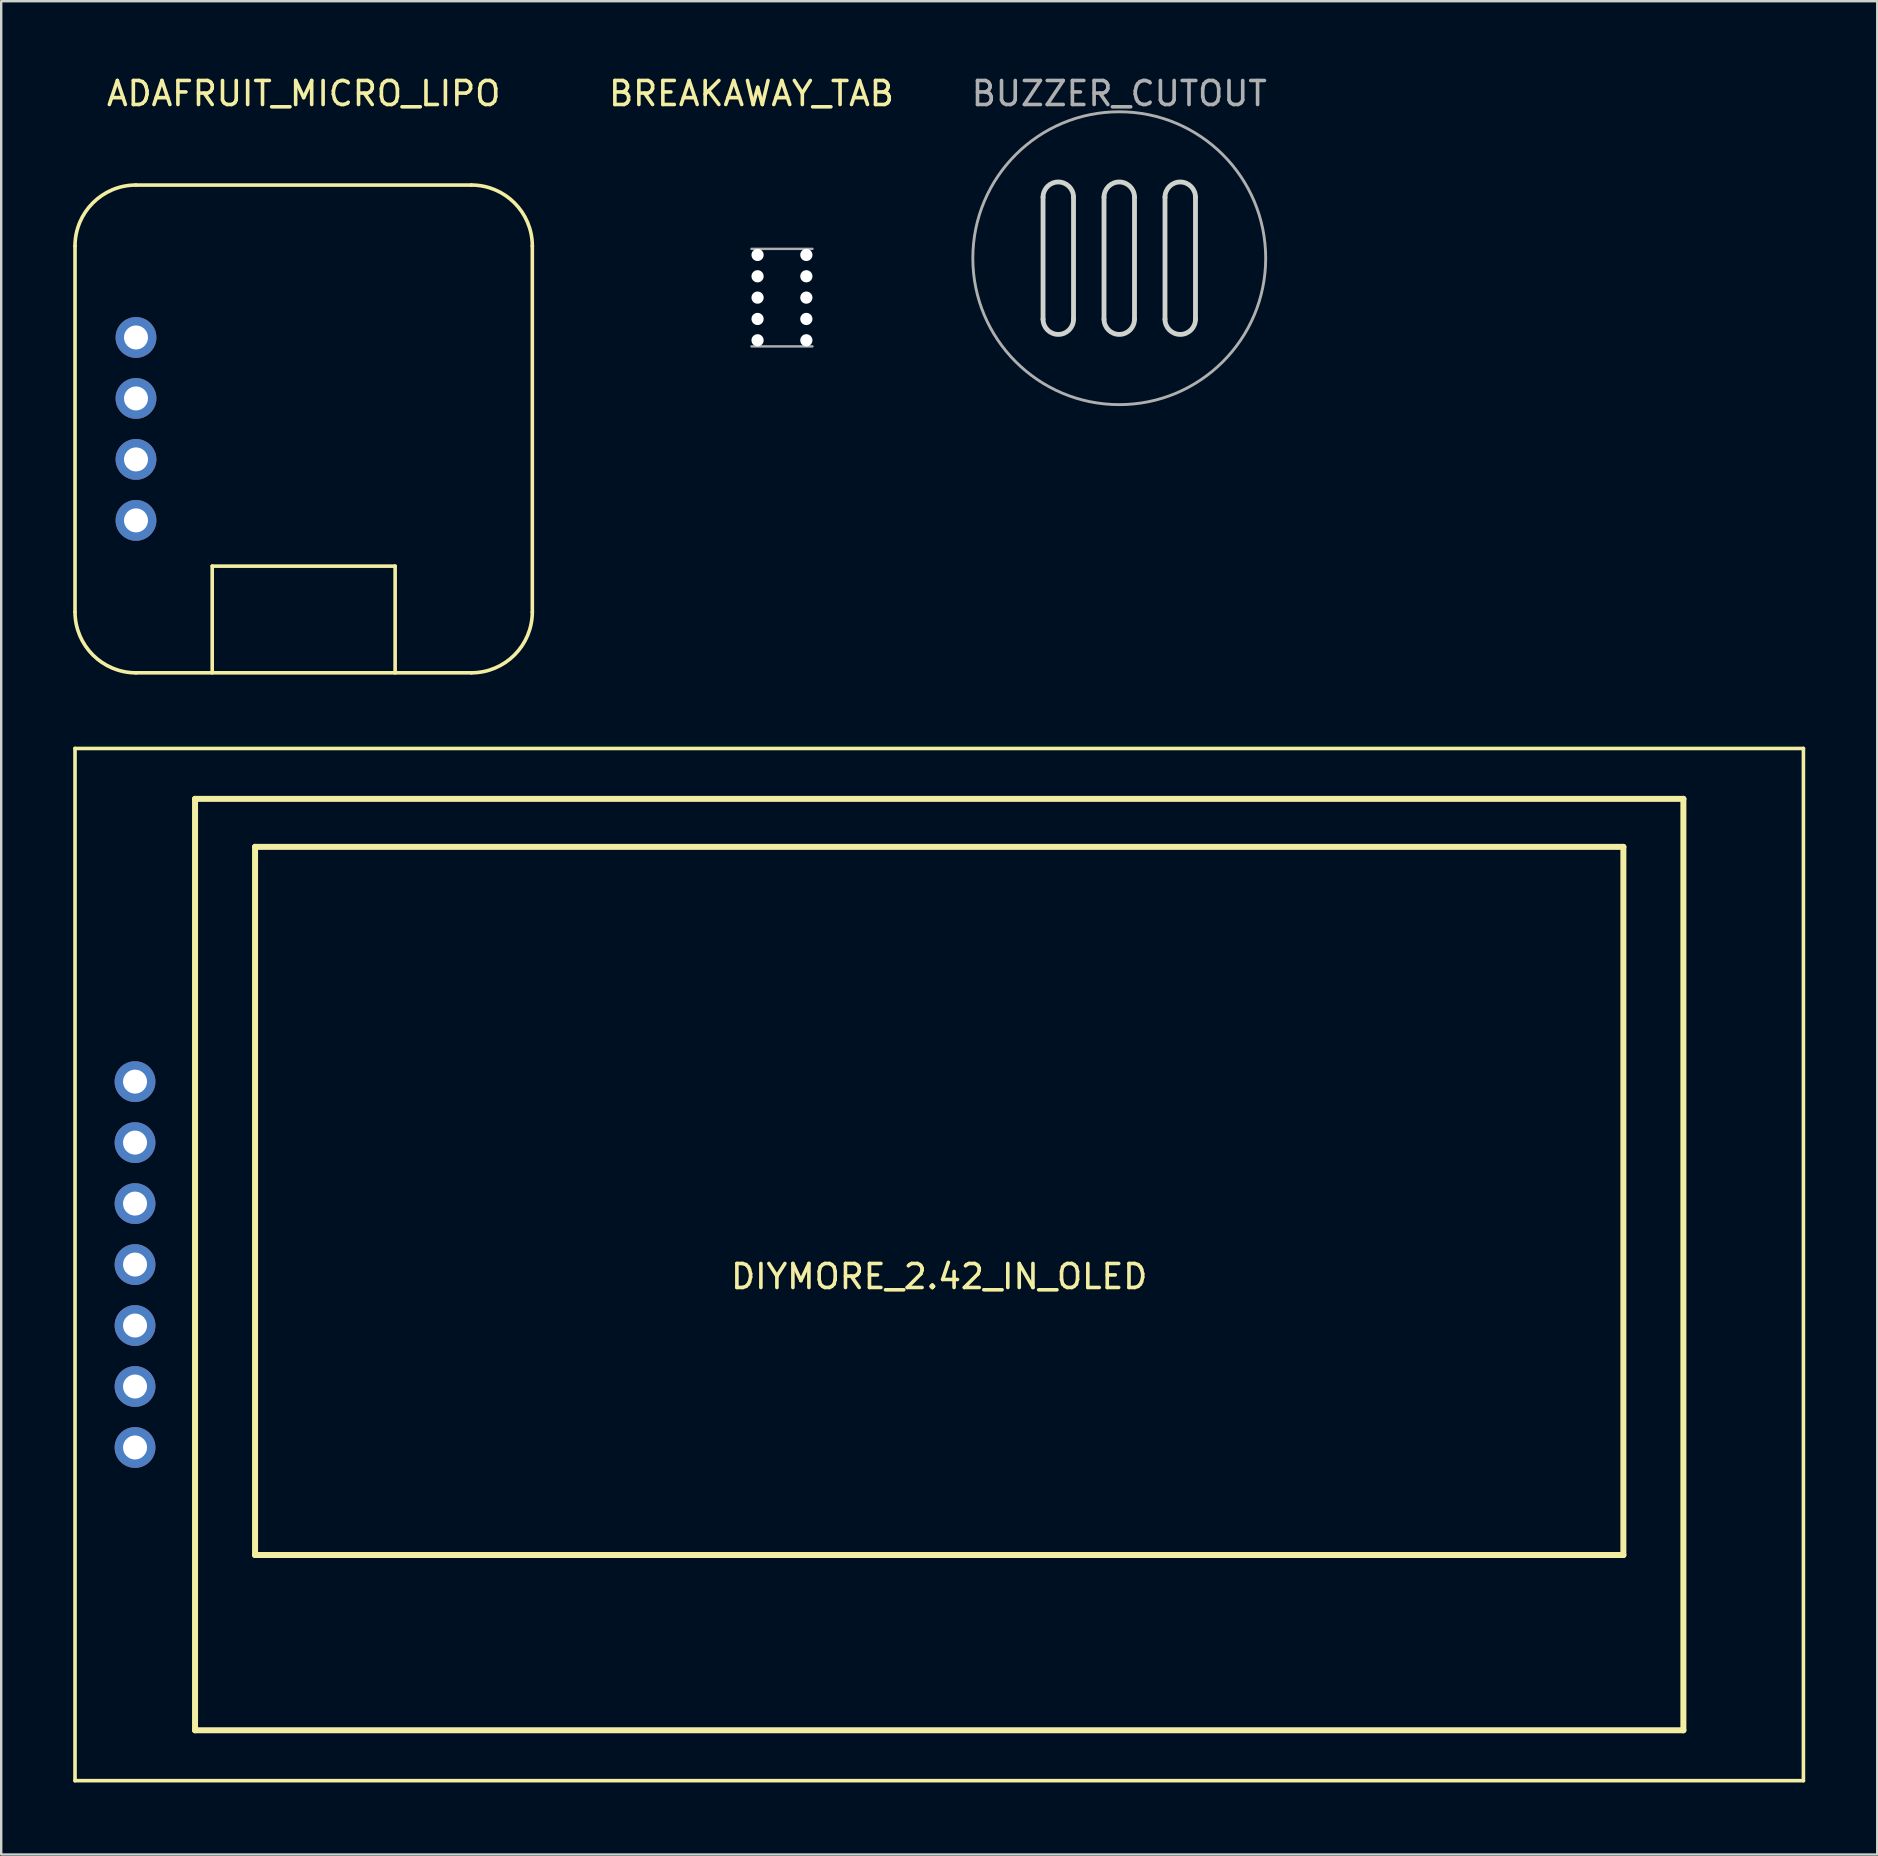
<source format=kicad_pcb>
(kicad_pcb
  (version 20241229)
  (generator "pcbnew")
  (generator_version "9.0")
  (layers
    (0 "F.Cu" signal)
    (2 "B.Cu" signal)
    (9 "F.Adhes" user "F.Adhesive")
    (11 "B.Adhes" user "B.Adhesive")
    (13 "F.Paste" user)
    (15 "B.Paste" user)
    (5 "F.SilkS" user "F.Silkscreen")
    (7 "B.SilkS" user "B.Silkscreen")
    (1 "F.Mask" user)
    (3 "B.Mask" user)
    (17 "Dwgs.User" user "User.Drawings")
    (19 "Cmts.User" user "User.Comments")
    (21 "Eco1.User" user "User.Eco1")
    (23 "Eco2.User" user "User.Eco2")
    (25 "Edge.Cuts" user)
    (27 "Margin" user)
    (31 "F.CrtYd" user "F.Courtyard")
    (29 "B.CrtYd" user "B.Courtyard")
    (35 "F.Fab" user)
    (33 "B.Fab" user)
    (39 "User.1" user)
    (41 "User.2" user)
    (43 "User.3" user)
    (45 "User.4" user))
  (footprint "BUZZER_CUTOUT"
    (layer "F.Cu")
    (at 43.575 7.706)
    (property "Reference" "BUZZER_CUTOUT" (at 0 -6.858 0) (layer "F.Fab") (effects (font (size 1 1) (thickness 0.15))))
    (attr through_hole)
    (fp_line (start -3.175 -2.54) (end -3.175 2.54) (stroke (width 0.2) (type solid)) (layer "Eco1.User"))
    (fp_line (start -1.905 -2.54) (end -1.905 2.54) (stroke (width 0.2) (type solid)) (layer "Eco1.User"))
    (fp_line (start -0.635 -2.54) (end -0.635 2.54) (stroke (width 0.2) (type solid)) (layer "Eco1.User"))
    (fp_line (start 0.635 -2.54) (end 0.635 2.54) (stroke (width 0.2) (type solid)) (layer "Eco1.User"))
    (fp_line (start 1.905 -2.54) (end 1.905 2.54) (stroke (width 0.2) (type solid)) (layer "Eco1.User"))
    (fp_line (start 3.175 -2.54) (end 3.175 2.54) (stroke (width 0.2) (type solid)) (layer "Eco1.User"))
    (fp_arc (start -3.175 -2.54) (mid -2.54 -3.175) (end -1.905 -2.54) (stroke (width 0.2) (type solid)) (layer "Eco1.User"))
    (fp_arc (start -1.905 2.54) (mid -2.54 3.175) (end -3.175 2.54) (stroke (width 0.2) (type solid)) (layer "Eco1.User"))
    (fp_arc (start -0.635 -2.54) (mid 0 -3.175) (end 0.635 -2.54) (stroke (width 0.2) (type solid)) (layer "Eco1.User"))
    (fp_arc (start 0.635 2.54) (mid 0 3.175) (end -0.635 2.54) (stroke (width 0.2) (type solid)) (layer "Eco1.User"))
    (fp_arc (start 1.905 -2.54) (mid 2.54 -3.175) (end 3.175 -2.54) (stroke (width 0.2) (type solid)) (layer "Eco1.User"))
    (fp_arc (start 3.175 2.54) (mid 2.54 3.175) (end 1.905 2.54) (stroke (width 0.2) (type solid)) (layer "Eco1.User"))
    (fp_line (start -3.175 -2.54) (end -3.175 2.54) (stroke (width 0.2) (type solid)) (layer "Edge.Cuts"))
    (fp_line (start -1.905 -2.54) (end -1.905 2.54) (stroke (width 0.2) (type solid)) (layer "Edge.Cuts"))
    (fp_line (start -0.635 -2.54) (end -0.635 2.54) (stroke (width 0.2) (type solid)) (layer "Edge.Cuts"))
    (fp_line (start 0.635 -2.54) (end 0.635 2.54) (stroke (width 0.2) (type solid)) (layer "Edge.Cuts"))
    (fp_line (start 1.905 -2.54) (end 1.905 2.54) (stroke (width 0.2) (type solid)) (layer "Edge.Cuts"))
    (fp_line (start 3.175 -2.54) (end 3.175 2.54) (stroke (width 0.2) (type solid)) (layer "Edge.Cuts"))
    (fp_arc (start -3.175 -2.54) (mid -2.54 -3.175) (end -1.905 -2.54) (stroke (width 0.2) (type solid)) (layer "Edge.Cuts"))
    (fp_arc (start -1.905 2.54) (mid -2.54 3.175) (end -3.175 2.54) (stroke (width 0.2) (type solid)) (layer "Edge.Cuts"))
    (fp_arc (start -0.635 -2.54) (mid 0 -3.175) (end 0.635 -2.54) (stroke (width 0.2) (type solid)) (layer "Edge.Cuts"))
    (fp_arc (start 0.635 2.54) (mid 0 3.175) (end -0.635 2.54) (stroke (width 0.2) (type solid)) (layer "Edge.Cuts"))
    (fp_arc (start 1.905 -2.54) (mid 2.54 -3.175) (end 3.175 -2.54) (stroke (width 0.2) (type solid)) (layer "Edge.Cuts"))
    (fp_arc (start 3.175 2.54) (mid 2.54 3.175) (end 1.905 2.54) (stroke (width 0.2) (type solid)) (layer "Edge.Cuts"))
    (fp_circle (center 0 0) (end 6.1 0) (stroke (width 0.12) (type solid)) (fill no) (layer "F.Fab")))
  (footprint "DIYMORE_2.42_IN_OLED"
    (layer "F.Cu")
    (at 36.075 49.628)
    (property "Reference" "DIYMORE_2.42_IN_OLED" (at 0 0.5 0) (layer "F.SilkS") (effects (font (size 1 1) (thickness 0.15))))
    (attr through_hole)
    (fp_line (start -36 -21.5) (end -36 21.5) (stroke (width 0.15) (type solid)) (layer "F.SilkS"))
    (fp_line (start -36 -21.5) (end 36 -21.5) (stroke (width 0.15) (type solid)) (layer "F.SilkS"))
    (fp_line (start -36 21.5) (end 36 21.5) (stroke (width 0.15) (type solid)) (layer "F.SilkS"))
    (fp_line (start -31 -19.4) (end -31 19.4) (stroke (width 0.25) (type solid)) (layer "F.SilkS"))
    (fp_line (start -31 -19.4) (end 31 -19.4) (stroke (width 0.25) (type solid)) (layer "F.SilkS"))
    (fp_line (start -31 19.4) (end 31 19.4) (stroke (width 0.25) (type solid)) (layer "F.SilkS"))
    (fp_line (start -28.5 -17.4) (end -28.5 12.1) (stroke (width 0.25) (type solid)) (layer "F.SilkS"))
    (fp_line (start -28.5 -17.4) (end 28.5 -17.4) (stroke (width 0.25) (type solid)) (layer "F.SilkS"))
    (fp_line (start -28.5 12.1) (end 28.5 12.1) (stroke (width 0.25) (type solid)) (layer "F.SilkS"))
    (fp_line (start 28.5 -17.4) (end 28.5 12.1) (stroke (width 0.25) (type solid)) (layer "F.SilkS"))
    (fp_line (start 31 -19.4) (end 31 19.4) (stroke (width 0.25) (type solid)) (layer "F.SilkS"))
    (fp_line (start 36 -21.5) (end 36 21.5) (stroke (width 0.15) (type solid)) (layer "F.SilkS"))
    (pad "1" thru_hole circle (at -33.5 7.62) (size 1.7 1.7) (drill 1) (layers "*.Cu" "*.Mask"))
    (pad "2" thru_hole circle (at -33.5 5.08) (size 1.7 1.7) (drill 1) (layers "*.Cu" "*.Mask"))
    (pad "3" thru_hole circle (at -33.5 2.54) (size 1.7 1.7) (drill 1) (layers "*.Cu" "*.Mask"))
    (pad "4" thru_hole circle (at -33.5 0) (size 1.7 1.7) (drill 1) (layers "*.Cu" "*.Mask"))
    (pad "5" thru_hole circle (at -33.5 -2.54) (size 1.7 1.7) (drill 1) (layers "*.Cu" "*.Mask"))
    (pad "6" thru_hole circle (at -33.5 -5.08) (size 1.7 1.7) (drill 1) (layers "*.Cu" "*.Mask"))
    (pad "7" thru_hole circle (at -33.5 -7.62) (size 1.7 1.7) (drill 1) (layers "*.Cu" "*.Mask")))
  (footprint "BREAKAWAY_TAB"
    (layer "F.Cu")
    (at 28.254 9.348)
    (property "Reference" "BREAKAWAY_TAB" (at 0 -8.5 0) (layer "F.SilkS") (effects (font (size 1 1) (thickness 0.15))))
    (attr through_hole)
    (fp_line (start 2.54 -2.032) (end 0 -2.032) (stroke (width 0.1) (type solid)) (layer "F.Fab"))
    (fp_line (start 2.54 2.032) (end 0 2.032) (stroke (width 0.1) (type solid)) (layer "F.Fab"))
    (pad "" np_thru_hole circle (at 0.254 -1.778) (size 0.508 0.508) (drill 0.508) (layers "*.Cu" "*.Mask"))
    (pad "" np_thru_hole circle (at 0.254 -0.889) (size 0.508 0.508) (drill 0.508) (layers "*.Cu" "*.Mask"))
    (pad "" np_thru_hole circle (at 0.254 0) (size 0.508 0.508) (drill 0.508) (layers "*.Cu" "*.Mask"))
    (pad "" np_thru_hole circle (at 0.254 0.889) (size 0.508 0.508) (drill 0.508) (layers "*.Cu" "*.Mask"))
    (pad "" np_thru_hole circle (at 0.254 1.778) (size 0.508 0.508) (drill 0.508) (layers "*.Cu" "*.Mask"))
    (pad "" np_thru_hole circle (at 2.286 -1.778) (size 0.508 0.508) (drill 0.508) (layers "*.Cu" "*.Mask"))
    (pad "" np_thru_hole circle (at 2.286 -0.889) (size 0.508 0.508) (drill 0.508) (layers "*.Cu" "*.Mask"))
    (pad "" np_thru_hole circle (at 2.286 0) (size 0.508 0.508) (drill 0.508) (layers "*.Cu" "*.Mask"))
    (pad "" np_thru_hole circle (at 2.286 0.889) (size 0.508 0.508) (drill 0.508) (layers "*.Cu" "*.Mask"))
    (pad "" np_thru_hole circle (at 2.286 1.778) (size 0.508 0.508) (drill 0.508) (layers "*.Cu" "*.Mask")))
  (footprint "ADAFRUIT_MICRO_LIPO"
    (layer "F.Cu")
    (at 9.6 14.818)
    (property "Reference" "ADAFRUIT_MICRO_LIPO" (at 0 -13.97 0) (layer "F.SilkS") (effects (font (size 1 1) (thickness 0.15))))
    (attr through_hole)
    (fp_line (start -9.525 -7.62) (end -9.525 7.62) (stroke (width 0.15) (type solid)) (layer "F.SilkS"))
    (fp_line (start -6.985 -10.16) (end 6.985 -10.16) (stroke (width 0.15) (type solid)) (layer "F.SilkS"))
    (fp_line (start -6.985 10.16) (end 6.985 10.16) (stroke (width 0.15) (type solid)) (layer "F.SilkS"))
    (fp_line (start -3.81 5.715) (end 3.81 5.715) (stroke (width 0.15) (type solid)) (layer "F.SilkS"))
    (fp_line (start -3.81 10.16) (end -3.81 5.715) (stroke (width 0.15) (type solid)) (layer "F.SilkS"))
    (fp_line (start 3.81 5.715) (end 3.81 10.16) (stroke (width 0.15) (type solid)) (layer "F.SilkS"))
    (fp_line (start 9.525 -7.62) (end 9.525 7.62) (stroke (width 0.15) (type solid)) (layer "F.SilkS"))
    (fp_arc (start -9.525 -7.62) (mid -8.781051 -9.416051) (end -6.985 -10.16) (stroke (width 0.15) (type solid)) (layer "F.SilkS"))
    (fp_arc (start -6.985 10.16) (mid -8.781051 9.416051) (end -9.525 7.62) (stroke (width 0.15) (type solid)) (layer "F.SilkS"))
    (fp_arc (start 6.985 -10.16) (mid 8.781051 -9.416051) (end 9.525 -7.62) (stroke (width 0.15) (type solid)) (layer "F.SilkS"))
    (fp_arc (start 9.525 7.62) (mid 8.781051 9.416051) (end 6.985 10.16) (stroke (width 0.15) (type solid)) (layer "F.SilkS"))
    (pad "1" thru_hole circle (at -6.985 -1.27) (size 1.7 1.7) (drill 1) (layers "*.Cu" "*.Mask"))
    (pad "1" thru_hole circle (at -6.985 1.27) (size 1.7 1.7) (drill 1) (layers "*.Cu" "*.Mask"))
    (pad "2" thru_hole circle (at -6.985 -3.81) (size 1.7 1.7) (drill 1) (layers "*.Cu" "*.Mask"))
    (pad "3" thru_hole circle (at -6.985 3.81) (size 1.7 1.7) (drill 1) (layers "*.Cu" "*.Mask")))
  (gr_rect
    (start -3 -3)
    (end 75.15 74.203)
    (stroke (width 0.1) (type default))
    (fill no)
    (layer "Edge.Cuts")))
</source>
